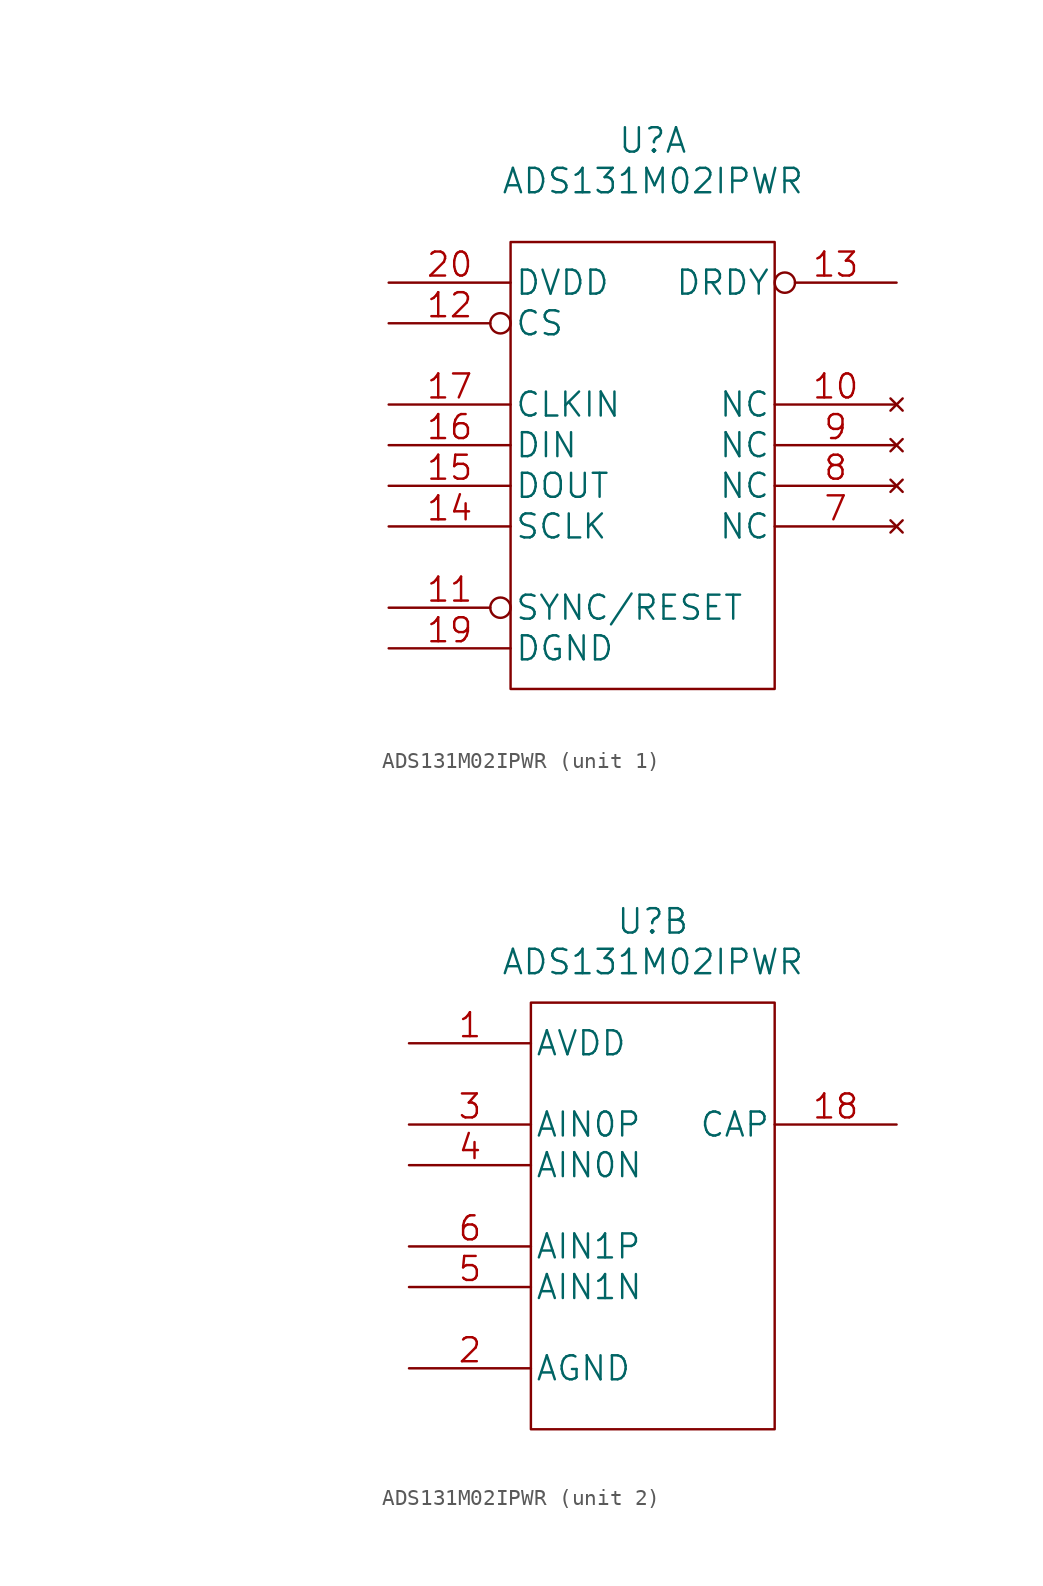
<source format=kicad_sym>
(kicad_symbol_lib
  (version 20211014)
  (generator kicad_symbol_editor)
  (symbol "ADS131M02IPWR"
    (pin_names
      (offset 0.254))
    (property "Reference" "U"
      (at 31.75 10.16 0)
      (effects (font (size 1.524 1.524))))
    (property "Value" "ADS131M02IPWR"
      (at 31.75 7.62 0)
      (effects (font (size 1.524 1.524))))
    (property "Datasheet" ""
      (at 0 0 0)
      (effects (font (size 1.524 1.524))))
    (property "ki_locked" ""
      (at 0 0 0)
      (effects (font (size 1.27 1.27))))
    (symbol "ADS131M02IPWR_1_1"
      (rectangle (start 22.86 3.81) (end 39.37 -24.13) (stroke (width 0) (type default) (color 0 0 0 0)) (fill (type none)))
      (pin no_connect line (at 46.99 -6.35 180) (length 7.62) (name "NC" (effects (font (size 1.499 1.499)))) (number "10" (effects (font (size 1.499 1.499)))))
      (pin input inverted (at 15.24 -19.05 0) (length 7.62) (name "SYNC/RESET" (effects (font (size 1.499 1.499)))) (number "11" (effects (font (size 1.499 1.499)))))
      (pin input inverted (at 15.24 -1.27 0) (length 7.62) (name "CS" (effects (font (size 1.499 1.499)))) (number "12" (effects (font (size 1.499 1.499)))))
      (pin output inverted (at 46.99 1.27 180) (length 7.62) (name "DRDY" (effects (font (size 1.499 1.499)))) (number "13" (effects (font (size 1.499 1.499)))))
      (pin input line (at 15.24 -13.97 0) (length 7.62) (name "SCLK" (effects (font (size 1.499 1.499)))) (number "14" (effects (font (size 1.499 1.499)))))
      (pin output line (at 15.24 -11.43 0) (length 7.62) (name "DOUT" (effects (font (size 1.499 1.499)))) (number "15" (effects (font (size 1.499 1.499)))))
      (pin input line (at 15.24 -8.89 0) (length 7.62) (name "DIN" (effects (font (size 1.499 1.499)))) (number "16" (effects (font (size 1.499 1.499)))))
      (pin input line (at 15.24 -6.35 0) (length 7.62) (name "CLKIN" (effects (font (size 1.499 1.499)))) (number "17" (effects (font (size 1.499 1.499)))))
      (pin power_in line (at 15.24 -21.59 0) (length 7.62) (name "DGND" (effects (font (size 1.499 1.499)))) (number "19" (effects (font (size 1.499 1.499)))))
      (pin power_in line (at 15.24 1.27 0) (length 7.62) (name "DVDD" (effects (font (size 1.499 1.499)))) (number "20" (effects (font (size 1.499 1.499)))))
      (pin no_connect line (at 46.99 -13.97 180) (length 7.62) (name "NC" (effects (font (size 1.499 1.499)))) (number "7" (effects (font (size 1.499 1.499)))))
      (pin no_connect line (at 46.99 -11.43 180) (length 7.62) (name "NC" (effects (font (size 1.499 1.499)))) (number "8" (effects (font (size 1.499 1.499)))))
      (pin no_connect line (at 46.99 -8.89 180) (length 7.62) (name "NC" (effects (font (size 1.499 1.499)))) (number "9" (effects (font (size 1.499 1.499))))))
    (symbol "ADS131M02IPWR_2_1"
      (rectangle (start 24.13 5.08) (end 39.37 -21.59) (stroke (width 0) (type default) (color 0 0 0 0)) (fill (type none)))
      (pin power_in line (at 16.51 2.54 0) (length 7.62) (name "AVDD" (effects (font (size 1.499 1.499)))) (number "1" (effects (font (size 1.499 1.499)))))
      (pin power_out line (at 46.99 -2.54 180) (length 7.62) (name "CAP" (effects (font (size 1.499 1.499)))) (number "18" (effects (font (size 1.499 1.499)))))
      (pin power_in line (at 16.51 -17.78 0) (length 7.62) (name "AGND" (effects (font (size 1.499 1.499)))) (number "2" (effects (font (size 1.499 1.499)))))
      (pin input line (at 16.51 -2.54 0) (length 7.62) (name "AIN0P" (effects (font (size 1.499 1.499)))) (number "3" (effects (font (size 1.499 1.499)))))
      (pin input line (at 16.51 -5.08 0) (length 7.62) (name "AIN0N" (effects (font (size 1.499 1.499)))) (number "4" (effects (font (size 1.499 1.499)))))
      (pin input line (at 16.51 -12.7 0) (length 7.62) (name "AIN1N" (effects (font (size 1.499 1.499)))) (number "5" (effects (font (size 1.499 1.499)))))
      (pin input line (at 16.51 -10.16 0) (length 7.62) (name "AIN1P" (effects (font (size 1.499 1.499)))) (number "6" (effects (font (size 1.499 1.499))))))))
</source>
